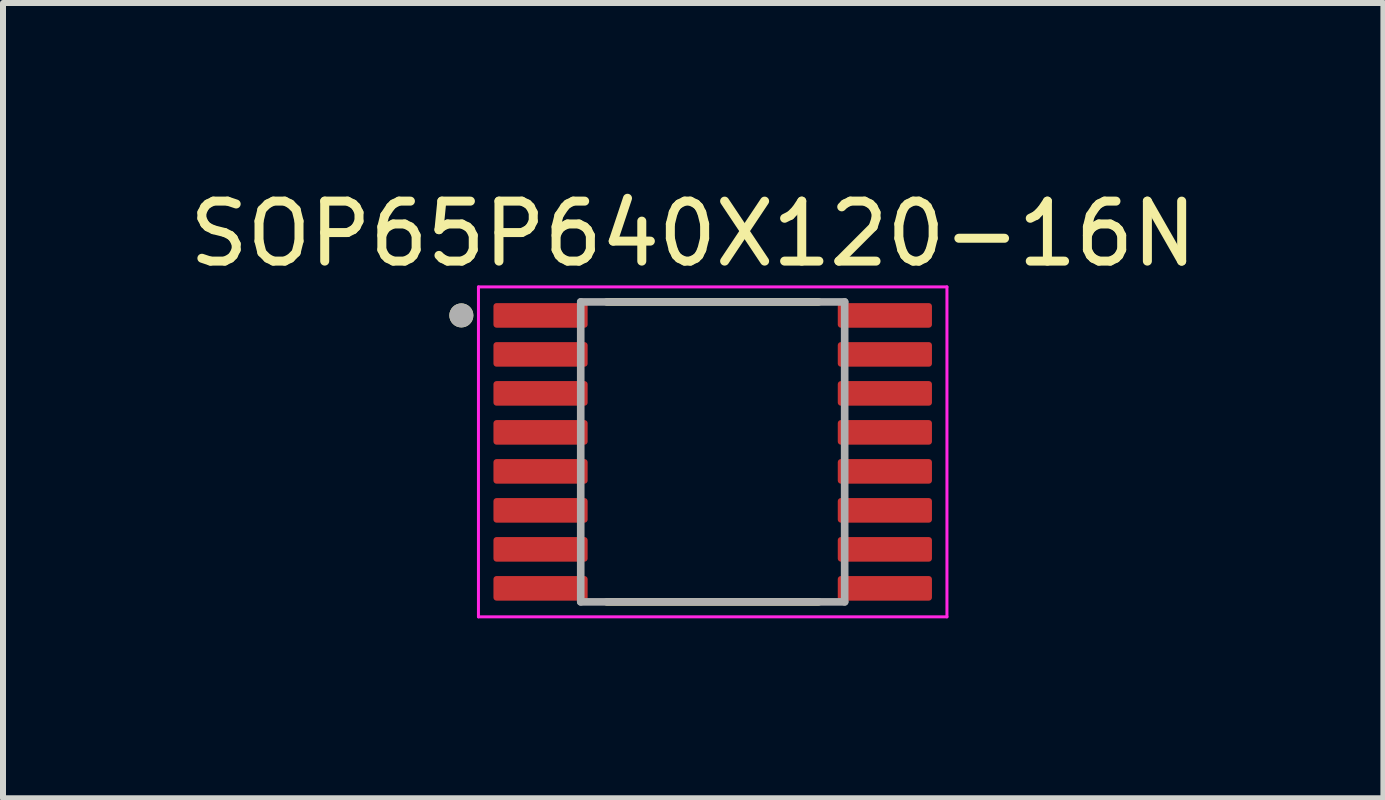
<source format=kicad_pcb>
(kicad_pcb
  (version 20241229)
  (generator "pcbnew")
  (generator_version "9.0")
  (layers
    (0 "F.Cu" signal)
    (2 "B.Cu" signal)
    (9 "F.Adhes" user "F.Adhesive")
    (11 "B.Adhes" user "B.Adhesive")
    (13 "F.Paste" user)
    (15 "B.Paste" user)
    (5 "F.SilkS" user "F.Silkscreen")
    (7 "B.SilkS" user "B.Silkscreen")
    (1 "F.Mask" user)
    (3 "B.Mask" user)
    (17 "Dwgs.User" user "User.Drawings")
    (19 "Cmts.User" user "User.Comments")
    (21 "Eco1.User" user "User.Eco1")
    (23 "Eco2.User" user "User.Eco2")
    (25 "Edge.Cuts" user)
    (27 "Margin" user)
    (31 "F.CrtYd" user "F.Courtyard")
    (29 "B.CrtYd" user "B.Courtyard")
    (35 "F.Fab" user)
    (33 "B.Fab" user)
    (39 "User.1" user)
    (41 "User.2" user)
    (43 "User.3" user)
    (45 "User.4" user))
  (footprint "SOP65P640X120-16N"
    (layer "F.Cu")
    (at 8.831 4.483)
    (property "Reference" "SOP65P640X120-16N" (at -0.325 -3.635 0) (layer "F.SilkS") (effects (font (size 1 1) (thickness 0.15))))
    (attr smd)
    (fp_line (start -1.765 -2.5) (end 1.765 -2.5) (stroke (width 0.127) (type solid)) (layer "F.SilkS"))
    (fp_line (start 1.765 2.5) (end -1.765 2.5) (stroke (width 0.127) (type solid)) (layer "F.SilkS"))
    (fp_circle (center -4.19 -2.275) (end -4.09 -2.275) (stroke (width 0.2) (type solid)) (fill no) (layer "F.SilkS"))
    (fp_line (start -3.905 -2.75) (end -3.905 2.75) (stroke (width 0.05) (type solid)) (layer "F.CrtYd"))
    (fp_line (start -3.905 -2.75) (end 3.905 -2.75) (stroke (width 0.05) (type solid)) (layer "F.CrtYd"))
    (fp_line (start -3.905 2.75) (end 3.905 2.75) (stroke (width 0.05) (type solid)) (layer "F.CrtYd"))
    (fp_line (start 3.905 -2.75) (end 3.905 2.75) (stroke (width 0.05) (type solid)) (layer "F.CrtYd"))
    (fp_line (start -2.2 -2.5) (end -2.2 2.5) (stroke (width 0.127) (type solid)) (layer "F.Fab"))
    (fp_line (start -2.2 -2.5) (end 2.2 -2.5) (stroke (width 0.127) (type solid)) (layer "F.Fab"))
    (fp_line (start -2.2 2.5) (end 2.2 2.5) (stroke (width 0.127) (type solid)) (layer "F.Fab"))
    (fp_line (start 2.2 -2.5) (end 2.2 2.5) (stroke (width 0.127) (type solid)) (layer "F.Fab"))
    (fp_circle (center -4.19 -2.275) (end -4.09 -2.275) (stroke (width 0.2) (type solid)) (fill no) (layer "F.Fab"))
    (pad "1" smd roundrect (at -2.87 -2.275) (size 1.57 0.41) (layers "F.Cu" "F.Mask" "F.Paste") (roundrect_rratio 0.125))
    (pad "2" smd roundrect (at -2.87 -1.625) (size 1.57 0.41) (layers "F.Cu" "F.Mask" "F.Paste") (roundrect_rratio 0.125))
    (pad "3" smd roundrect (at -2.87 -0.975) (size 1.57 0.41) (layers "F.Cu" "F.Mask" "F.Paste") (roundrect_rratio 0.125))
    (pad "4" smd roundrect (at -2.87 -0.325) (size 1.57 0.41) (layers "F.Cu" "F.Mask" "F.Paste") (roundrect_rratio 0.125))
    (pad "5" smd roundrect (at -2.87 0.325) (size 1.57 0.41) (layers "F.Cu" "F.Mask" "F.Paste") (roundrect_rratio 0.125))
    (pad "6" smd roundrect (at -2.87 0.975) (size 1.57 0.41) (layers "F.Cu" "F.Mask" "F.Paste") (roundrect_rratio 0.125))
    (pad "7" smd roundrect (at -2.87 1.625) (size 1.57 0.41) (layers "F.Cu" "F.Mask" "F.Paste") (roundrect_rratio 0.125))
    (pad "8" smd roundrect (at -2.87 2.275) (size 1.57 0.41) (layers "F.Cu" "F.Mask" "F.Paste") (roundrect_rratio 0.125))
    (pad "9" smd roundrect (at 2.87 2.275) (size 1.57 0.41) (layers "F.Cu" "F.Mask" "F.Paste") (roundrect_rratio 0.125))
    (pad "10" smd roundrect (at 2.87 1.625) (size 1.57 0.41) (layers "F.Cu" "F.Mask" "F.Paste") (roundrect_rratio 0.125))
    (pad "11" smd roundrect (at 2.87 0.975) (size 1.57 0.41) (layers "F.Cu" "F.Mask" "F.Paste") (roundrect_rratio 0.125))
    (pad "12" smd roundrect (at 2.87 0.325) (size 1.57 0.41) (layers "F.Cu" "F.Mask" "F.Paste") (roundrect_rratio 0.125))
    (pad "13" smd roundrect (at 2.87 -0.325) (size 1.57 0.41) (layers "F.Cu" "F.Mask" "F.Paste") (roundrect_rratio 0.125))
    (pad "14" smd roundrect (at 2.87 -0.975) (size 1.57 0.41) (layers "F.Cu" "F.Mask" "F.Paste") (roundrect_rratio 0.125))
    (pad "15" smd roundrect (at 2.87 -1.625) (size 1.57 0.41) (layers "F.Cu" "F.Mask" "F.Paste") (roundrect_rratio 0.125))
    (pad "16" smd roundrect (at 2.87 -2.275) (size 1.57 0.41) (layers "F.Cu" "F.Mask" "F.Paste") (roundrect_rratio 0.125)))
  (gr_rect
    (start -3 -3)
    (end 20.012 10.258)
    (stroke (width 0.1) (type default))
    (fill no)
    (layer "Edge.Cuts")))
</source>
